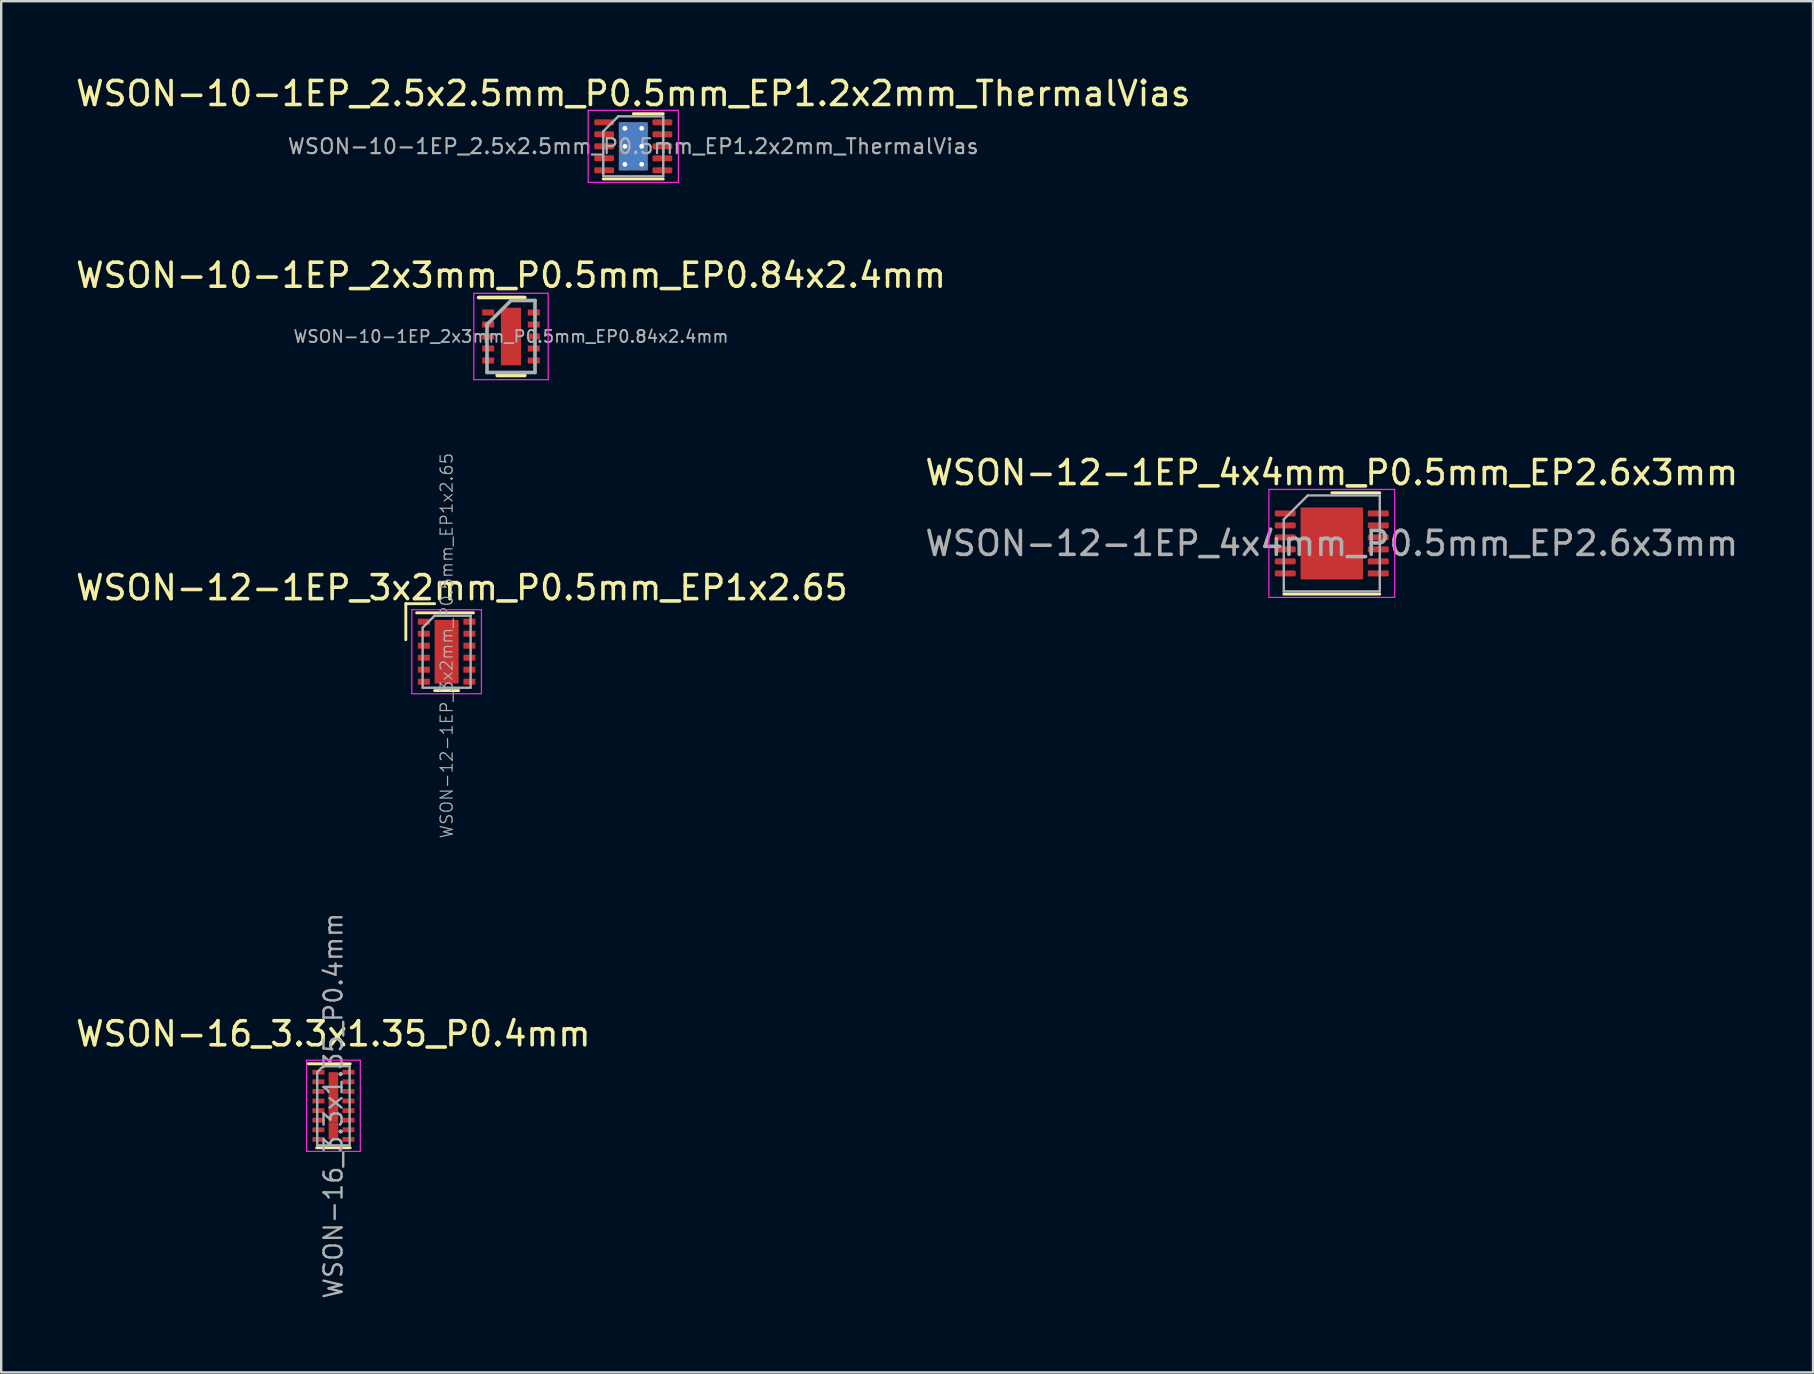
<source format=kicad_pcb>
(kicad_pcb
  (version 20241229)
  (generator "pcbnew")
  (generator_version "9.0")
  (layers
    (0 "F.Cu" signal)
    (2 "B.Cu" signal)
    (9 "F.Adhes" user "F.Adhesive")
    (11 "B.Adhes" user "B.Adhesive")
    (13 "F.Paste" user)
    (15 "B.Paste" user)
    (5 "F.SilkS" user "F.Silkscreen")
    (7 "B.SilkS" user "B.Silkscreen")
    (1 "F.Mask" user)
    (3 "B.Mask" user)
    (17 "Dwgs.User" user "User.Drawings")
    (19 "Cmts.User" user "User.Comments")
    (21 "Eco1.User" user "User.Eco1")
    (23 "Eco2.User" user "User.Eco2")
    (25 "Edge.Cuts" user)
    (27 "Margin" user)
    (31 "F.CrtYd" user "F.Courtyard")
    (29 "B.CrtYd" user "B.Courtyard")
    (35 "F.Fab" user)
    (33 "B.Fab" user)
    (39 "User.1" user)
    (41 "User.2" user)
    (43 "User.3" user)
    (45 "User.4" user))
  (footprint "WSON-10-1EP_2.5x2.5mm_P0.5mm_EP1.2x2mm_ThermalVias"
    (layer "F.Cu")
    (at 23.339 3.048)
    (property "Reference" "WSON-10-1EP_2.5x2.5mm_P0.5mm_EP1.2x2mm_ThermalVias" (at 0 -2.2 0) (layer "F.SilkS") (effects (font (size 1 1) (thickness 0.15))))
    (attr smd)
    (fp_line (start -1.25 1.36) (end 1.25 1.36) (stroke (width 0.12) (type solid)) (layer "F.SilkS"))
    (fp_line (start 0 -1.36) (end 1.25 -1.36) (stroke (width 0.12) (type solid)) (layer "F.SilkS"))
    (fp_line (start -1.88 -1.5) (end -1.88 1.5) (stroke (width 0.05) (type solid)) (layer "F.CrtYd"))
    (fp_line (start -1.88 1.5) (end 1.88 1.5) (stroke (width 0.05) (type solid)) (layer "F.CrtYd"))
    (fp_line (start 1.88 -1.5) (end -1.88 -1.5) (stroke (width 0.05) (type solid)) (layer "F.CrtYd"))
    (fp_line (start 1.88 1.5) (end 1.88 -1.5) (stroke (width 0.05) (type solid)) (layer "F.CrtYd"))
    (fp_line (start -1.25 -0.625) (end -0.625 -1.25) (stroke (width 0.1) (type solid)) (layer "F.Fab"))
    (fp_line (start -1.25 1.25) (end -1.25 -0.625) (stroke (width 0.1) (type solid)) (layer "F.Fab"))
    (fp_line (start -0.625 -1.25) (end 1.25 -1.25) (stroke (width 0.1) (type solid)) (layer "F.Fab"))
    (fp_line (start 1.25 -1.25) (end 1.25 1.25) (stroke (width 0.1) (type solid)) (layer "F.Fab"))
    (fp_line (start 1.25 1.25) (end -1.25 1.25) (stroke (width 0.1) (type solid)) (layer "F.Fab"))
    (fp_text user "${REFERENCE}" (at 0 0 0) (layer "F.Fab") (effects (font (size 0.62 0.62) (thickness 0.09))))
    (pad "" smd roundrect (at -0.3 -0.5) (size 0.52 0.87) (layers "F.Paste") (roundrect_rratio 0.25))
    (pad "" smd roundrect (at -0.3 0.5) (size 0.52 0.87) (layers "F.Paste") (roundrect_rratio 0.25))
    (pad "" smd roundrect (at 0.3 -0.5) (size 0.52 0.87) (layers "F.Paste") (roundrect_rratio 0.25))
    (pad "" smd roundrect (at 0.3 0.5) (size 0.52 0.87) (layers "F.Paste") (roundrect_rratio 0.25))
    (pad "1" smd roundrect (at -1.212 -1) (size 0.825 0.25) (layers "F.Cu" "F.Mask" "F.Paste") (roundrect_rratio 0.25))
    (pad "2" smd roundrect (at -1.212 -0.5) (size 0.825 0.25) (layers "F.Cu" "F.Mask" "F.Paste") (roundrect_rratio 0.25))
    (pad "3" smd roundrect (at -1.212 0) (size 0.825 0.25) (layers "F.Cu" "F.Mask" "F.Paste") (roundrect_rratio 0.25))
    (pad "4" smd roundrect (at -1.212 0.5) (size 0.825 0.25) (layers "F.Cu" "F.Mask" "F.Paste") (roundrect_rratio 0.25))
    (pad "5" smd roundrect (at -1.212 1) (size 0.825 0.25) (layers "F.Cu" "F.Mask" "F.Paste") (roundrect_rratio 0.25))
    (pad "6" smd roundrect (at 1.212 1) (size 0.825 0.25) (layers "F.Cu" "F.Mask" "F.Paste") (roundrect_rratio 0.25))
    (pad "7" smd roundrect (at 1.212 0.5) (size 0.825 0.25) (layers "F.Cu" "F.Mask" "F.Paste") (roundrect_rratio 0.25))
    (pad "8" smd roundrect (at 1.212 0) (size 0.825 0.25) (layers "F.Cu" "F.Mask" "F.Paste") (roundrect_rratio 0.25))
    (pad "9" smd roundrect (at 1.212 -0.5) (size 0.825 0.25) (layers "F.Cu" "F.Mask" "F.Paste") (roundrect_rratio 0.25))
    (pad "10" smd roundrect (at 1.212 -1) (size 0.825 0.25) (layers "F.Cu" "F.Mask" "F.Paste") (roundrect_rratio 0.25))
    (pad "11" thru_hole circle (at -0.35 -0.75) (size 0.5 0.5) (drill 0.2) (layers "*.Cu"))
    (pad "11" thru_hole circle (at -0.35 0) (size 0.5 0.5) (drill 0.2) (layers "*.Cu"))
    (pad "11" thru_hole circle (at -0.35 0.75) (size 0.5 0.5) (drill 0.2) (layers "*.Cu"))
    (pad "11" smd rect (at 0 0) (size 1.2 2) (layers "F.Cu" "F.Mask"))
    (pad "11" smd rect (at 0 0) (size 1.2 2) (layers "B.Cu"))
    (pad "11" thru_hole circle (at 0.35 -0.75) (size 0.5 0.5) (drill 0.2) (layers "*.Cu"))
    (pad "11" thru_hole circle (at 0.35 0) (size 0.5 0.5) (drill 0.2) (layers "*.Cu"))
    (pad "11" thru_hole circle (at 0.35 0.75) (size 0.5 0.5) (drill 0.2) (layers "*.Cu")))
  (footprint "WSON-10-1EP_2x3mm_P0.5mm_EP0.84x2.4mm"
    (layer "F.Cu")
    (at 18.244 10.972)
    (property "Reference" "WSON-10-1EP_2x3mm_P0.5mm_EP0.84x2.4mm" (at 0 -2.55 0) (layer "F.SilkS") (effects (font (size 1 1) (thickness 0.15))))
    (attr smd)
    (fp_line (start -1.35 -1.625) (end 0.575 -1.625) (stroke (width 0.15) (type solid)) (layer "F.SilkS"))
    (fp_line (start -0.575 1.625) (end 0.575 1.625) (stroke (width 0.15) (type solid)) (layer "F.SilkS"))
    (fp_line (start -1.55 -1.8) (end -1.55 1.8) (stroke (width 0.05) (type solid)) (layer "F.CrtYd"))
    (fp_line (start -1.55 -1.8) (end 1.55 -1.8) (stroke (width 0.05) (type solid)) (layer "F.CrtYd"))
    (fp_line (start -1.55 1.8) (end 1.55 1.8) (stroke (width 0.05) (type solid)) (layer "F.CrtYd"))
    (fp_line (start 1.55 -1.8) (end 1.55 1.8) (stroke (width 0.05) (type solid)) (layer "F.CrtYd"))
    (fp_line (start -1 -0.5) (end 0 -1.5) (stroke (width 0.15) (type solid)) (layer "F.Fab"))
    (fp_line (start -1 1.5) (end -1 -0.5) (stroke (width 0.15) (type solid)) (layer "F.Fab"))
    (fp_line (start 0 -1.5) (end 1 -1.5) (stroke (width 0.15) (type solid)) (layer "F.Fab"))
    (fp_line (start 1 -1.5) (end 1 1.5) (stroke (width 0.15) (type solid)) (layer "F.Fab"))
    (fp_line (start 1 1.5) (end -1 1.5) (stroke (width 0.15) (type solid)) (layer "F.Fab"))
    (fp_text user "${REFERENCE}" (at 0 0 0) (layer "F.Fab") (effects (font (size 0.5 0.5) (thickness 0.075))))
    (pad "" smd rect (at 0 -0.8) (size 0.65 0.61) (layers "F.Paste"))
    (pad "" smd rect (at 0 0) (size 0.65 0.61) (layers "F.Paste"))
    (pad "" smd rect (at 0 0.8) (size 0.65 0.61) (layers "F.Paste"))
    (pad "1" smd rect (at -0.95 -1) (size 0.5 0.25) (layers "F.Cu" "F.Mask" "F.Paste"))
    (pad "2" smd rect (at -0.95 -0.5) (size 0.5 0.25) (layers "F.Cu" "F.Mask" "F.Paste"))
    (pad "3" smd rect (at -0.95 0) (size 0.5 0.25) (layers "F.Cu" "F.Mask" "F.Paste"))
    (pad "4" smd rect (at -0.95 0.5) (size 0.5 0.25) (layers "F.Cu" "F.Mask" "F.Paste"))
    (pad "5" smd rect (at -0.95 1) (size 0.5 0.25) (layers "F.Cu" "F.Mask" "F.Paste"))
    (pad "6" smd rect (at 0.95 1) (size 0.5 0.25) (layers "F.Cu" "F.Mask" "F.Paste"))
    (pad "7" smd rect (at 0.95 0.5) (size 0.5 0.25) (layers "F.Cu" "F.Mask" "F.Paste"))
    (pad "8" smd rect (at 0.95 0) (size 0.5 0.25) (layers "F.Cu" "F.Mask" "F.Paste"))
    (pad "9" smd rect (at 0.95 -0.5) (size 0.5 0.25) (layers "F.Cu" "F.Mask" "F.Paste"))
    (pad "10" smd rect (at 0.95 -1) (size 0.5 0.25) (layers "F.Cu" "F.Mask" "F.Paste"))
    (pad "11" smd rect (at 0 0) (size 0.84 2.4) (layers "F.Cu" "F.Mask")))
  (footprint "WSON-12-1EP_4x4mm_P0.5mm_EP2.6x3mm"
    (layer "F.Cu")
    (at 52.446 19.595)
    (property "Reference" "WSON-12-1EP_4x4mm_P0.5mm_EP2.6x3mm" (at 0 -2.95 0) (layer "F.SilkS") (effects (font (size 1 1) (thickness 0.15))))
    (attr smd)
    (fp_line (start -2 2.11) (end 2 2.11) (stroke (width 0.12) (type solid)) (layer "F.SilkS"))
    (fp_line (start 0 -2.11) (end 2 -2.11) (stroke (width 0.12) (type solid)) (layer "F.SilkS"))
    (fp_line (start -2.62 -2.25) (end -2.62 2.25) (stroke (width 0.05) (type solid)) (layer "F.CrtYd"))
    (fp_line (start -2.62 2.25) (end 2.62 2.25) (stroke (width 0.05) (type solid)) (layer "F.CrtYd"))
    (fp_line (start 2.62 -2.25) (end -2.62 -2.25) (stroke (width 0.05) (type solid)) (layer "F.CrtYd"))
    (fp_line (start 2.62 2.25) (end 2.62 -2.25) (stroke (width 0.05) (type solid)) (layer "F.CrtYd"))
    (fp_line (start -2 -1) (end -1 -2) (stroke (width 0.1) (type solid)) (layer "F.Fab"))
    (fp_line (start -2 2) (end -2 -1) (stroke (width 0.1) (type solid)) (layer "F.Fab"))
    (fp_line (start -1 -2) (end 2 -2) (stroke (width 0.1) (type solid)) (layer "F.Fab"))
    (fp_line (start 2 -2) (end 2 2) (stroke (width 0.1) (type solid)) (layer "F.Fab"))
    (fp_line (start 2 2) (end -2 2) (stroke (width 0.1) (type solid)) (layer "F.Fab"))
    (fp_text user "${REFERENCE}" (at 0 0 0) (layer "F.Fab") (effects (font (size 1 1) (thickness 0.15))))
    (pad "" smd roundrect (at -0.65 -0.75) (size 1.05 1.21) (layers "F.Paste") (roundrect_rratio 0.238))
    (pad "" smd roundrect (at -0.65 0.75) (size 1.05 1.21) (layers "F.Paste") (roundrect_rratio 0.238))
    (pad "" smd roundrect (at 0.65 -0.75) (size 1.05 1.21) (layers "F.Paste") (roundrect_rratio 0.238))
    (pad "" smd roundrect (at 0.65 0.75) (size 1.05 1.21) (layers "F.Paste") (roundrect_rratio 0.238))
    (pad "1" smd roundrect (at -1.938 -1.25) (size 0.875 0.25) (layers "F.Cu" "F.Mask" "F.Paste") (roundrect_rratio 0.25))
    (pad "2" smd roundrect (at -1.938 -0.75) (size 0.875 0.25) (layers "F.Cu" "F.Mask" "F.Paste") (roundrect_rratio 0.25))
    (pad "3" smd roundrect (at -1.938 -0.25) (size 0.875 0.25) (layers "F.Cu" "F.Mask" "F.Paste") (roundrect_rratio 0.25))
    (pad "4" smd roundrect (at -1.938 0.25) (size 0.875 0.25) (layers "F.Cu" "F.Mask" "F.Paste") (roundrect_rratio 0.25))
    (pad "5" smd roundrect (at -1.938 0.75) (size 0.875 0.25) (layers "F.Cu" "F.Mask" "F.Paste") (roundrect_rratio 0.25))
    (pad "6" smd roundrect (at -1.938 1.25) (size 0.875 0.25) (layers "F.Cu" "F.Mask" "F.Paste") (roundrect_rratio 0.25))
    (pad "7" smd roundrect (at 1.938 1.25) (size 0.875 0.25) (layers "F.Cu" "F.Mask" "F.Paste") (roundrect_rratio 0.25))
    (pad "8" smd roundrect (at 1.938 0.75) (size 0.875 0.25) (layers "F.Cu" "F.Mask" "F.Paste") (roundrect_rratio 0.25))
    (pad "9" smd roundrect (at 1.938 0.25) (size 0.875 0.25) (layers "F.Cu" "F.Mask" "F.Paste") (roundrect_rratio 0.25))
    (pad "10" smd roundrect (at 1.938 -0.25) (size 0.875 0.25) (layers "F.Cu" "F.Mask" "F.Paste") (roundrect_rratio 0.25))
    (pad "11" smd roundrect (at 1.938 -0.75) (size 0.875 0.25) (layers "F.Cu" "F.Mask" "F.Paste") (roundrect_rratio 0.25))
    (pad "12" smd roundrect (at 1.938 -1.25) (size 0.875 0.25) (layers "F.Cu" "F.Mask" "F.Paste") (roundrect_rratio 0.25))
    (pad "13" smd rect (at 0 0) (size 2.6 3) (layers "F.Cu" "F.Mask")))
  (footprint "WSON-16_3.3x1.35_P0.4mm"
    (layer "F.Cu")
    (at 10.844 43.029)
    (property "Reference" "WSON-16_3.3x1.35_P0.4mm" (at -0.005 -3 0) (layer "F.SilkS") (effects (font (size 1 1) (thickness 0.15))))
    (attr smd)
    (fp_line (start 0.7 -1.75) (end -1.05 -1.75) (stroke (width 0.12) (type solid)) (layer "F.SilkS"))
    (fp_line (start 0.7 1.75) (end -0.7 1.75) (stroke (width 0.12) (type solid)) (layer "F.SilkS"))
    (fp_line (start -1.12 -1.9) (end 1.12 -1.9) (stroke (width 0.05) (type solid)) (layer "F.CrtYd"))
    (fp_line (start -1.12 1.9) (end -1.12 -1.9) (stroke (width 0.05) (type solid)) (layer "F.CrtYd"))
    (fp_line (start 1.12 -1.9) (end 1.12 1.9) (stroke (width 0.05) (type solid)) (layer "F.CrtYd"))
    (fp_line (start 1.12 1.9) (end -1.12 1.9) (stroke (width 0.05) (type solid)) (layer "F.CrtYd"))
    (fp_line (start -0.675 1.65) (end -0.675 -1.4) (stroke (width 0.1) (type solid)) (layer "F.Fab"))
    (fp_line (start -0.425 -1.65) (end -0.675 -1.4) (stroke (width 0.1) (type solid)) (layer "F.Fab"))
    (fp_line (start -0.425 -1.65) (end 0.675 -1.65) (stroke (width 0.1) (type solid)) (layer "F.Fab"))
    (fp_line (start 0.675 -1.65) (end 0.675 1.65) (stroke (width 0.1) (type solid)) (layer "F.Fab"))
    (fp_line (start 0.675 1.65) (end -0.675 1.65) (stroke (width 0.1) (type solid)) (layer "F.Fab"))
    (fp_text user "${REFERENCE}" (at -0.005 0 90) (layer "F.Fab") (effects (font (size 0.75 0.75) (thickness 0.1))))
    (pad "1" smd rect (at -0.625 -1.4 270) (size 0.2 0.5) (layers "F.Cu" "F.Mask" "F.Paste"))
    (pad "2" smd rect (at -0.625 -1 270) (size 0.2 0.5) (layers "F.Cu" "F.Mask" "F.Paste"))
    (pad "3" smd rect (at -0.625 -0.6 270) (size 0.2 0.5) (layers "F.Cu" "F.Mask" "F.Paste"))
    (pad "4" smd rect (at -0.625 -0.2 270) (size 0.2 0.5) (layers "F.Cu" "F.Mask" "F.Paste"))
    (pad "5" smd rect (at -0.625 0.2 270) (size 0.2 0.5) (layers "F.Cu" "F.Mask" "F.Paste"))
    (pad "6" smd rect (at -0.625 0.6 270) (size 0.2 0.5) (layers "F.Cu" "F.Mask" "F.Paste"))
    (pad "7" smd rect (at -0.625 1 270) (size 0.2 0.5) (layers "F.Cu" "F.Mask" "F.Paste"))
    (pad "8" smd rect (at -0.625 1.4 270) (size 0.2 0.5) (layers "F.Cu" "F.Mask" "F.Paste"))
    (pad "9" smd rect (at 0.625 1.4 270) (size 0.2 0.5) (layers "F.Cu" "F.Mask" "F.Paste"))
    (pad "10" smd rect (at 0.625 1 270) (size 0.2 0.5) (layers "F.Cu" "F.Mask" "F.Paste"))
    (pad "11" smd rect (at 0.625 0.6 270) (size 0.2 0.5) (layers "F.Cu" "F.Mask" "F.Paste"))
    (pad "12" smd rect (at 0.625 0.2 270) (size 0.2 0.5) (layers "F.Cu" "F.Mask" "F.Paste"))
    (pad "13" smd rect (at 0.625 -0.2 270) (size 0.2 0.5) (layers "F.Cu" "F.Mask" "F.Paste"))
    (pad "14" smd rect (at 0.625 -0.6 270) (size 0.2 0.5) (layers "F.Cu" "F.Mask" "F.Paste"))
    (pad "15" smd rect (at 0.625 -1 270) (size 0.2 0.5) (layers "F.Cu" "F.Mask" "F.Paste"))
    (pad "16" smd rect (at 0.625 -1.4 270) (size 0.2 0.5) (layers "F.Cu" "F.Mask" "F.Paste"))
    (pad "17" smd rect (at 0 -1.05 270) (size 0.7 0.4) (layers "F.Cu" "F.Mask" "F.Paste"))
    (pad "17" smd rect (at 0 -0.35 270) (size 0.7 0.4) (layers "F.Cu" "F.Mask" "F.Paste"))
    (pad "17" smd rect (at 0 0.35 270) (size 0.7 0.4) (layers "F.Cu" "F.Mask" "F.Paste"))
    (pad "17" smd rect (at 0 1.05 270) (size 0.7 0.4) (layers "F.Cu" "F.Mask" "F.Paste")))
  (footprint "WSON-12-1EP_3x2mm_P0.5mm_EP1x2.65"
    (layer "F.Cu")
    (at 15.561 24.107)
    (property "Reference" "WSON-12-1EP_3x2mm_P0.5mm_EP1x2.65" (at 0.635 -2.667 0) (layer "F.SilkS") (effects (font (size 1 1) (thickness 0.15))))
    (attr smd)
    (fp_line (start -1.7 -2) (end -0.5 -2) (stroke (width 0.12) (type solid)) (layer "F.SilkS"))
    (fp_line (start -1.7 -0.5) (end -1.7 -2) (stroke (width 0.12) (type solid)) (layer "F.SilkS"))
    (fp_line (start -1.25 -1.62) (end 1.12 -1.62) (stroke (width 0.12) (type solid)) (layer "F.SilkS"))
    (fp_line (start 0.5 1.62) (end -0.5 1.62) (stroke (width 0.12) (type solid)) (layer "F.SilkS"))
    (fp_line (start -1.45 -1.75) (end 1.45 -1.75) (stroke (width 0.05) (type solid)) (layer "F.CrtYd"))
    (fp_line (start -1.45 1.75) (end -1.45 -1.75) (stroke (width 0.05) (type solid)) (layer "F.CrtYd"))
    (fp_line (start 1.45 -1.75) (end 1.45 1.75) (stroke (width 0.05) (type solid)) (layer "F.CrtYd"))
    (fp_line (start 1.45 1.75) (end -1.45 1.75) (stroke (width 0.05) (type solid)) (layer "F.CrtYd"))
    (fp_line (start -1 -1) (end -0.5 -1.5) (stroke (width 0.1) (type solid)) (layer "F.Fab"))
    (fp_line (start -1 1.5) (end -1 -1) (stroke (width 0.1) (type solid)) (layer "F.Fab"))
    (fp_line (start -0.5 -1.5) (end 1 -1.5) (stroke (width 0.1) (type solid)) (layer "F.Fab"))
    (fp_line (start 1 -1.5) (end 1 1.5) (stroke (width 0.1) (type solid)) (layer "F.Fab"))
    (fp_line (start 1 1.5) (end -1 1.5) (stroke (width 0.1) (type solid)) (layer "F.Fab"))
    (fp_text user "${REFERENCE}" (at 0 -0.25 90) (layer "F.Fab") (effects (font (size 0.5 0.5) (thickness 0.05))))
    (pad "" smd rect (at 0 -0.685) (size 0.95 1.17) (layers "F.Paste"))
    (pad "" smd rect (at 0 0.685) (size 0.95 1.17) (layers "F.Paste"))
    (pad "1" smd rect (at -0.95 -1.25) (size 0.5 0.25) (layers "F.Cu" "F.Mask" "F.Paste"))
    (pad "2" smd rect (at -0.95 -0.75) (size 0.5 0.25) (layers "F.Cu" "F.Mask" "F.Paste"))
    (pad "3" smd rect (at -0.95 -0.25) (size 0.5 0.25) (layers "F.Cu" "F.Mask" "F.Paste"))
    (pad "4" smd rect (at -0.95 0.25) (size 0.5 0.25) (layers "F.Cu" "F.Mask" "F.Paste"))
    (pad "5" smd rect (at -0.95 0.75) (size 0.5 0.25) (layers "F.Cu" "F.Mask" "F.Paste"))
    (pad "6" smd rect (at -0.95 1.25) (size 0.5 0.25) (layers "F.Cu" "F.Mask" "F.Paste"))
    (pad "7" smd rect (at 0.95 1.25) (size 0.5 0.25) (layers "F.Cu" "F.Mask" "F.Paste"))
    (pad "8" smd rect (at 0.95 0.75) (size 0.5 0.25) (layers "F.Cu" "F.Mask" "F.Paste"))
    (pad "9" smd rect (at 0.95 0.25) (size 0.5 0.25) (layers "F.Cu" "F.Mask" "F.Paste"))
    (pad "10" smd rect (at 0.95 -0.25) (size 0.5 0.25) (layers "F.Cu" "F.Mask" "F.Paste"))
    (pad "11" smd rect (at 0.95 -0.75) (size 0.5 0.25) (layers "F.Cu" "F.Mask" "F.Paste"))
    (pad "12" smd rect (at 0.95 -1.25) (size 0.5 0.25) (layers "F.Cu" "F.Mask" "F.Paste"))
    (pad "13" smd rect (at 0 0) (size 1 2.65) (layers "F.Cu" "F.Mask")))
  (gr_rect
    (start -3 -3)
    (end 72.5 54.139)
    (stroke (width 0.1) (type default))
    (fill no)
    (layer "Edge.Cuts")))
</source>
